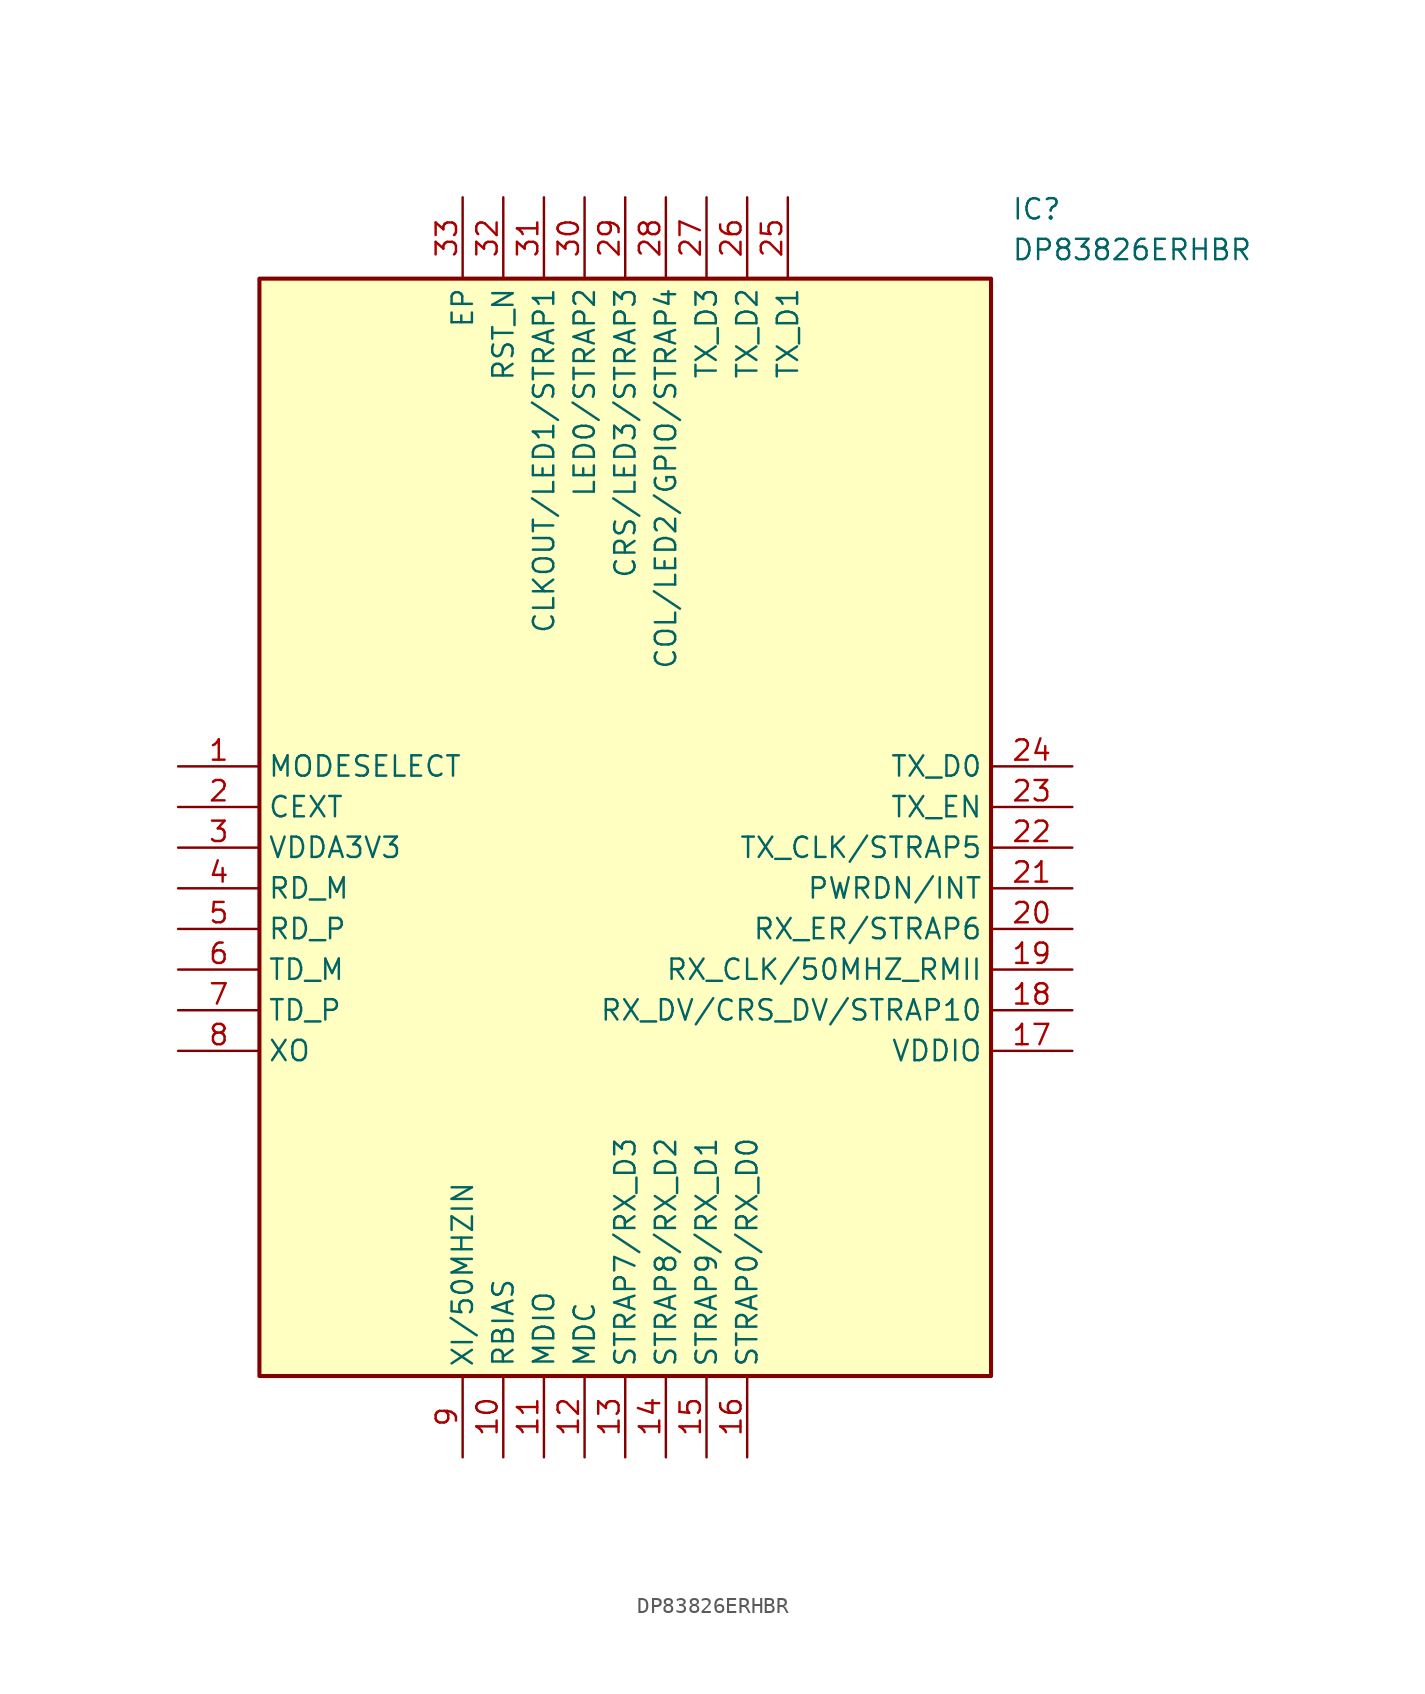
<source format=kicad_sym>
(kicad_symbol_lib
  (version 20211014)
  (generator SamacSys_ECAD_Model)
  (symbol "DP83826ERHBR"
    (property "Reference" "IC"
      (at 52.07 35.56 0)
      (effects (font (size 1.27 1.27)) (justify left top)))
    (property "Value" "DP83826ERHBR"
      (at 52.07 33.02 0)
      (effects (font (size 1.27 1.27)) (justify left top)))
    (rectangle
      (start 5.08 30.48)
      (end 50.8 -38.1)
      (stroke (width 0.254) (type default))
      (fill (type background)))
    (pin passive line
      (at 0 0 0)
      (length 5.08)
      (name "MODESELECT" (effects (font (size 1.27 1.27))))
      (number "1" (effects (font (size 1.27 1.27)))))
    (pin passive line
      (at 0 -2.54 0)
      (length 5.08)
      (name "CEXT" (effects (font (size 1.27 1.27))))
      (number "2" (effects (font (size 1.27 1.27)))))
    (pin passive line
      (at 0 -5.08 0)
      (length 5.08)
      (name "VDDA3V3" (effects (font (size 1.27 1.27))))
      (number "3" (effects (font (size 1.27 1.27)))))
    (pin passive line
      (at 0 -7.62 0)
      (length 5.08)
      (name "RD_M" (effects (font (size 1.27 1.27))))
      (number "4" (effects (font (size 1.27 1.27)))))
    (pin passive line
      (at 0 -10.16 0)
      (length 5.08)
      (name "RD_P" (effects (font (size 1.27 1.27))))
      (number "5" (effects (font (size 1.27 1.27)))))
    (pin passive line
      (at 0 -12.7 0)
      (length 5.08)
      (name "TD_M" (effects (font (size 1.27 1.27))))
      (number "6" (effects (font (size 1.27 1.27)))))
    (pin passive line
      (at 0 -15.24 0)
      (length 5.08)
      (name "TD_P" (effects (font (size 1.27 1.27))))
      (number "7" (effects (font (size 1.27 1.27)))))
    (pin passive line
      (at 0 -17.78 0)
      (length 5.08)
      (name "XO" (effects (font (size 1.27 1.27))))
      (number "8" (effects (font (size 1.27 1.27)))))
    (pin passive line
      (at 17.78 -43.18 90)
      (length 5.08)
      (name "XI/50MHZIN" (effects (font (size 1.27 1.27))))
      (number "9" (effects (font (size 1.27 1.27)))))
    (pin passive line
      (at 20.32 -43.18 90)
      (length 5.08)
      (name "RBIAS" (effects (font (size 1.27 1.27))))
      (number "10" (effects (font (size 1.27 1.27)))))
    (pin passive line
      (at 22.86 -43.18 90)
      (length 5.08)
      (name "MDIO" (effects (font (size 1.27 1.27))))
      (number "11" (effects (font (size 1.27 1.27)))))
    (pin passive line
      (at 25.4 -43.18 90)
      (length 5.08)
      (name "MDC" (effects (font (size 1.27 1.27))))
      (number "12" (effects (font (size 1.27 1.27)))))
    (pin passive line
      (at 27.94 -43.18 90)
      (length 5.08)
      (name "STRAP7/RX_D3" (effects (font (size 1.27 1.27))))
      (number "13" (effects (font (size 1.27 1.27)))))
    (pin passive line
      (at 30.48 -43.18 90)
      (length 5.08)
      (name "STRAP8/RX_D2" (effects (font (size 1.27 1.27))))
      (number "14" (effects (font (size 1.27 1.27)))))
    (pin passive line
      (at 33.02 -43.18 90)
      (length 5.08)
      (name "STRAP9/RX_D1" (effects (font (size 1.27 1.27))))
      (number "15" (effects (font (size 1.27 1.27)))))
    (pin passive line
      (at 35.56 -43.18 90)
      (length 5.08)
      (name "STRAP0/RX_D0" (effects (font (size 1.27 1.27))))
      (number "16" (effects (font (size 1.27 1.27)))))
    (pin passive line
      (at 55.88 0 180)
      (length 5.08)
      (name "TX_D0" (effects (font (size 1.27 1.27))))
      (number "24" (effects (font (size 1.27 1.27)))))
    (pin passive line
      (at 55.88 -2.54 180)
      (length 5.08)
      (name "TX_EN" (effects (font (size 1.27 1.27))))
      (number "23" (effects (font (size 1.27 1.27)))))
    (pin passive line
      (at 55.88 -5.08 180)
      (length 5.08)
      (name "TX_CLK/STRAP5" (effects (font (size 1.27 1.27))))
      (number "22" (effects (font (size 1.27 1.27)))))
    (pin passive line
      (at 55.88 -7.62 180)
      (length 5.08)
      (name "PWRDN/INT" (effects (font (size 1.27 1.27))))
      (number "21" (effects (font (size 1.27 1.27)))))
    (pin passive line
      (at 55.88 -10.16 180)
      (length 5.08)
      (name "RX_ER/STRAP6" (effects (font (size 1.27 1.27))))
      (number "20" (effects (font (size 1.27 1.27)))))
    (pin passive line
      (at 55.88 -12.7 180)
      (length 5.08)
      (name "RX_CLK/50MHZ_RMII" (effects (font (size 1.27 1.27))))
      (number "19" (effects (font (size 1.27 1.27)))))
    (pin passive line
      (at 55.88 -15.24 180)
      (length 5.08)
      (name "RX_DV/CRS_DV/STRAP10" (effects (font (size 1.27 1.27))))
      (number "18" (effects (font (size 1.27 1.27)))))
    (pin passive line
      (at 55.88 -17.78 180)
      (length 5.08)
      (name "VDDIO" (effects (font (size 1.27 1.27))))
      (number "17" (effects (font (size 1.27 1.27)))))
    (pin passive line
      (at 17.78 35.56 270)
      (length 5.08)
      (name "EP" (effects (font (size 1.27 1.27))))
      (number "33" (effects (font (size 1.27 1.27)))))
    (pin passive line
      (at 20.32 35.56 270)
      (length 5.08)
      (name "RST_N" (effects (font (size 1.27 1.27))))
      (number "32" (effects (font (size 1.27 1.27)))))
    (pin passive line
      (at 22.86 35.56 270)
      (length 5.08)
      (name "CLKOUT/LED1/STRAP1" (effects (font (size 1.27 1.27))))
      (number "31" (effects (font (size 1.27 1.27)))))
    (pin passive line
      (at 25.4 35.56 270)
      (length 5.08)
      (name "LED0/STRAP2" (effects (font (size 1.27 1.27))))
      (number "30" (effects (font (size 1.27 1.27)))))
    (pin passive line
      (at 27.94 35.56 270)
      (length 5.08)
      (name "CRS/LED3/STRAP3" (effects (font (size 1.27 1.27))))
      (number "29" (effects (font (size 1.27 1.27)))))
    (pin passive line
      (at 30.48 35.56 270)
      (length 5.08)
      (name "COL/LED2/GPIO/STRAP4" (effects (font (size 1.27 1.27))))
      (number "28" (effects (font (size 1.27 1.27)))))
    (pin passive line
      (at 33.02 35.56 270)
      (length 5.08)
      (name "TX_D3" (effects (font (size 1.27 1.27))))
      (number "27" (effects (font (size 1.27 1.27)))))
    (pin passive line
      (at 35.56 35.56 270)
      (length 5.08)
      (name "TX_D2" (effects (font (size 1.27 1.27))))
      (number "26" (effects (font (size 1.27 1.27)))))
    (pin passive line
      (at 38.1 35.56 270)
      (length 5.08)
      (name "TX_D1" (effects (font (size 1.27 1.27))))
      (number "25" (effects (font (size 1.27 1.27)))))))
</source>
